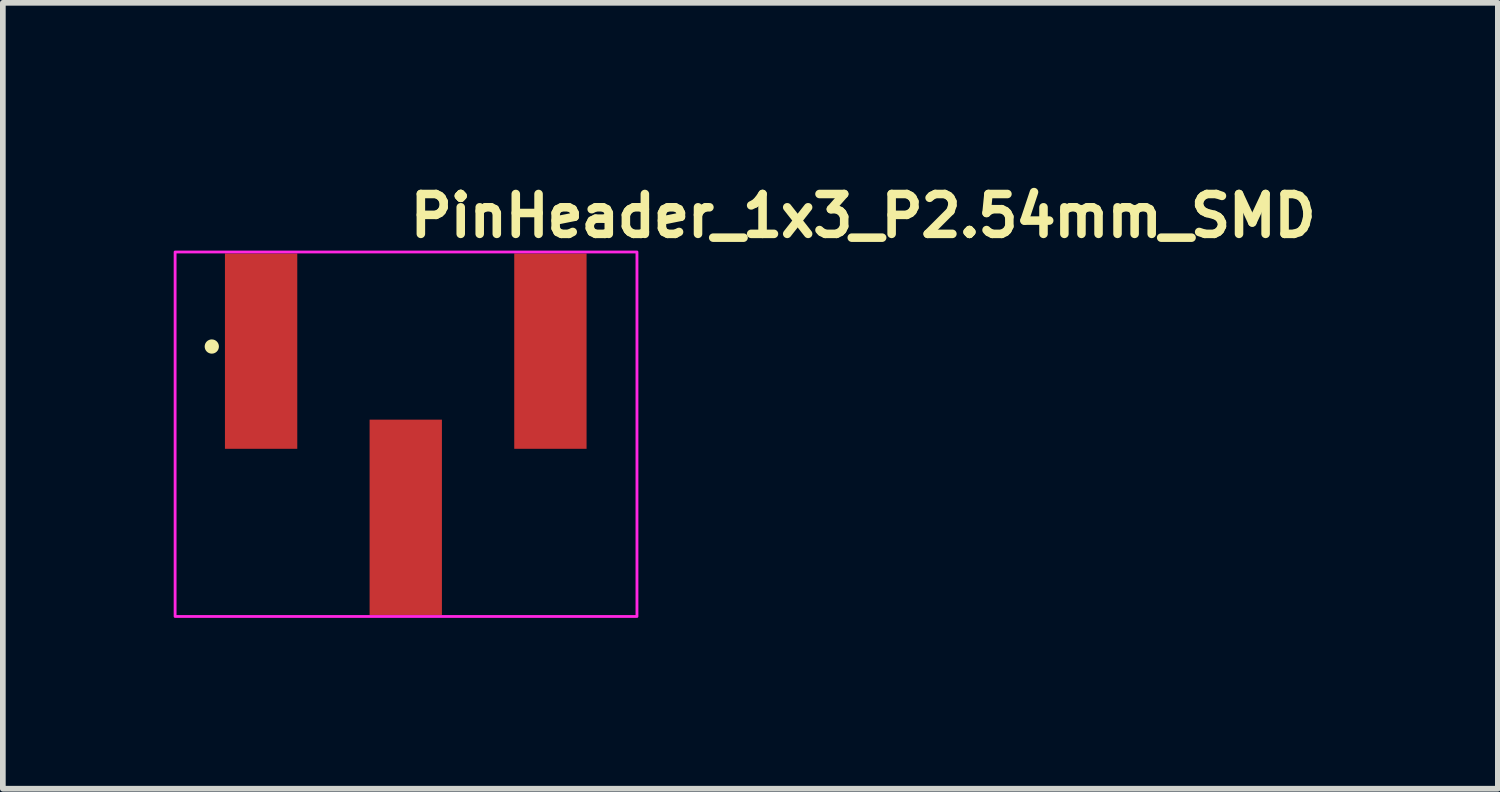
<source format=kicad_pcb>
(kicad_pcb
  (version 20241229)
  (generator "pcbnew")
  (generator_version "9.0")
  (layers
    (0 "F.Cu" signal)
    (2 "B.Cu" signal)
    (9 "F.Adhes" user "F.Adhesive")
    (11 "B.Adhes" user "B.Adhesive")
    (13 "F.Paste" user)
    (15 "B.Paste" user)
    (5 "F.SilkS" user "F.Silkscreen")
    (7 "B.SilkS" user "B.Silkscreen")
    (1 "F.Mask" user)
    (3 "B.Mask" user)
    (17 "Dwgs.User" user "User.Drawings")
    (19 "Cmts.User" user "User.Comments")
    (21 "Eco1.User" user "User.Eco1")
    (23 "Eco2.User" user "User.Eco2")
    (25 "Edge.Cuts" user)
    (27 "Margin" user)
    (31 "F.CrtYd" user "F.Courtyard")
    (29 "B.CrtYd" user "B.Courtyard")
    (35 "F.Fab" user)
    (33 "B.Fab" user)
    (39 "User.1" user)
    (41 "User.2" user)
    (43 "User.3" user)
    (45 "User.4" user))
  (footprint "PinHeader_1x3_P2.54mm_SMD"
    (layer "F.Cu")
    (at 4.075 4.625)
    (property "Reference" "PinHeader_1x3_P2.54mm_SMD" (at 0 -3.475 0) (unlocked yes) (layer "F.SilkS") (effects (font (size 0.7 0.7) (thickness 0.15)) (justify left bottom)))
    (attr smd)
    (fp_circle (center -3.406 -1.59) (end -3.356 -1.59) (stroke (width 0.15) (type solid)) (fill yes) (layer "F.SilkS"))
    (fp_line (start 0.033 0.203) (end 0.033 -0.304) (stroke (width 0.051) (type solid)) (layer "Eco1.User"))
    (fp_line (start 0.287 -0.05) (end -0.22 -0.05) (stroke (width 0.051) (type solid)) (layer "Eco1.User"))
    (fp_rect (start -4.05 -3.25) (end 4.06 3.15) (stroke (width 0.05) (type solid)) (fill no) (layer "F.CrtYd"))
    (fp_line (start -3.8 1.25) (end -3.8 -1.35) (stroke (width 0.1) (type solid)) (layer "User.1"))
    (fp_line (start 3.85 -1.35) (end -3.8 -1.35) (stroke (width 0.1) (type solid)) (layer "User.1"))
    (fp_line (start 3.85 1.25) (end -3.8 1.25) (stroke (width 0.1) (type solid)) (layer "User.1"))
    (fp_line (start 3.85 1.25) (end 3.85 -1.35) (stroke (width 0.1) (type solid)) (layer "User.1"))
    (fp_rect (start -3.81 -2.641) (end 3.81 2.641) (stroke (width 0.1) (type solid)) (fill no) (layer "User.5"))
    (fp_line (start -3.81 -1.27) (end -3.81 1.27) (stroke (width 0.02) (type solid)) (layer "User.9"))
    (fp_line (start -3.81 1.27) (end -1.524 1.27) (stroke (width 0.02) (type solid)) (layer "User.9"))
    (fp_line (start -2.857 -2.641) (end -2.222 -2.641) (stroke (width 0.02) (type solid)) (layer "User.9"))
    (fp_line (start -2.857 -1.27) (end -2.857 -2.641) (stroke (width 0.02) (type solid)) (layer "User.9"))
    (fp_line (start -2.857 -0.317) (end -2.222 -0.317) (stroke (width 0.02) (type solid)) (layer "User.9"))
    (fp_line (start -2.857 0.317) (end -2.857 -0.317) (stroke (width 0.02) (type solid)) (layer "User.9"))
    (fp_line (start -2.857 0.317) (end -2.222 0.317) (stroke (width 0.02) (type solid)) (layer "User.9"))
    (fp_line (start -2.222 -1.27) (end -2.222 -2.641) (stroke (width 0.02) (type solid)) (layer "User.9"))
    (fp_line (start -2.222 -0.317) (end -2.222 0.317) (stroke (width 0.02) (type solid)) (layer "User.9"))
    (fp_line (start -1.524 -1.27) (end -3.81 -1.27) (stroke (width 0.02) (type solid)) (layer "User.9"))
    (fp_line (start -1.524 -1.27) (end -1.377 -1.016) (stroke (width 0.02) (type solid)) (layer "User.9"))
    (fp_line (start -1.377 -1.016) (end -1.162 -1.016) (stroke (width 0.02) (type solid)) (layer "User.9"))
    (fp_line (start -1.377 1.016) (end -1.524 1.27) (stroke (width 0.02) (type solid)) (layer "User.9"))
    (fp_line (start -1.162 -1.016) (end -1.016 -1.27) (stroke (width 0.02) (type solid)) (layer "User.9"))
    (fp_line (start -1.162 1.016) (end -1.377 1.016) (stroke (width 0.02) (type solid)) (layer "User.9"))
    (fp_line (start -1.016 1.27) (end -1.162 1.016) (stroke (width 0.02) (type solid)) (layer "User.9"))
    (fp_line (start -1.016 1.27) (end 1.016 1.27) (stroke (width 0.02) (type solid)) (layer "User.9"))
    (fp_line (start -0.317 -0.317) (end 0.317 -0.317) (stroke (width 0.02) (type solid)) (layer "User.9"))
    (fp_line (start -0.317 0.317) (end -0.317 -0.317) (stroke (width 0.02) (type solid)) (layer "User.9"))
    (fp_line (start -0.317 0.317) (end 0.317 0.317) (stroke (width 0.02) (type solid)) (layer "User.9"))
    (fp_line (start -0.317 1.27) (end -0.317 2.641) (stroke (width 0.02) (type solid)) (layer "User.9"))
    (fp_line (start -0.317 2.641) (end 0.317 2.641) (stroke (width 0.02) (type solid)) (layer "User.9"))
    (fp_line (start 0.317 -0.317) (end 0.317 0.317) (stroke (width 0.02) (type solid)) (layer "User.9"))
    (fp_line (start 0.317 2.641) (end 0.317 1.27) (stroke (width 0.02) (type solid)) (layer "User.9"))
    (fp_line (start 1.016 -1.27) (end -1.016 -1.27) (stroke (width 0.02) (type solid)) (layer "User.9"))
    (fp_line (start 1.016 -1.27) (end 1.162 -1.016) (stroke (width 0.02) (type solid)) (layer "User.9"))
    (fp_line (start 1.162 -1.016) (end 1.377 -1.016) (stroke (width 0.02) (type solid)) (layer "User.9"))
    (fp_line (start 1.162 1.016) (end 1.016 1.27) (stroke (width 0.02) (type solid)) (layer "User.9"))
    (fp_line (start 1.377 -1.016) (end 1.524 -1.27) (stroke (width 0.02) (type solid)) (layer "User.9"))
    (fp_line (start 1.377 1.016) (end 1.162 1.016) (stroke (width 0.02) (type solid)) (layer "User.9"))
    (fp_line (start 1.524 1.27) (end 1.377 1.016) (stroke (width 0.02) (type solid)) (layer "User.9"))
    (fp_line (start 1.524 1.27) (end 3.81 1.27) (stroke (width 0.02) (type solid)) (layer "User.9"))
    (fp_line (start 2.222 -2.641) (end 2.222 -1.27) (stroke (width 0.02) (type solid)) (layer "User.9"))
    (fp_line (start 2.222 -2.641) (end 2.857 -2.641) (stroke (width 0.02) (type solid)) (layer "User.9"))
    (fp_line (start 2.222 -0.317) (end 2.857 -0.317) (stroke (width 0.02) (type solid)) (layer "User.9"))
    (fp_line (start 2.222 0.317) (end 2.222 -0.317) (stroke (width 0.02) (type solid)) (layer "User.9"))
    (fp_line (start 2.222 0.317) (end 2.857 0.317) (stroke (width 0.02) (type solid)) (layer "User.9"))
    (fp_line (start 2.857 -1.27) (end 2.857 -2.641) (stroke (width 0.02) (type solid)) (layer "User.9"))
    (fp_line (start 2.857 0.317) (end 2.857 -0.317) (stroke (width 0.02) (type solid)) (layer "User.9"))
    (fp_line (start 3.81 -1.27) (end 1.524 -1.27) (stroke (width 0.02) (type solid)) (layer "User.9"))
    (fp_line (start 3.81 1.27) (end 3.81 -1.27) (stroke (width 0.02) (type solid)) (layer "User.9"))
    (pad "1" smd rect (at -2.54 -1.509) (size 1.27 3.43) (layers "F.Cu" "F.Mask" "F.Paste"))
    (pad "2" smd rect (at 0 1.409) (size 1.27 3.43) (layers "F.Cu" "F.Mask" "F.Paste"))
    (pad "3" smd rect (at 2.54 -1.509) (size 1.27 3.43) (layers "F.Cu" "F.Mask" "F.Paste")))
  (gr_rect
    (start -3 -3)
    (end 23.252 10.8)
    (stroke (width 0.1) (type default))
    (fill no)
    (layer "Edge.Cuts")))
</source>
